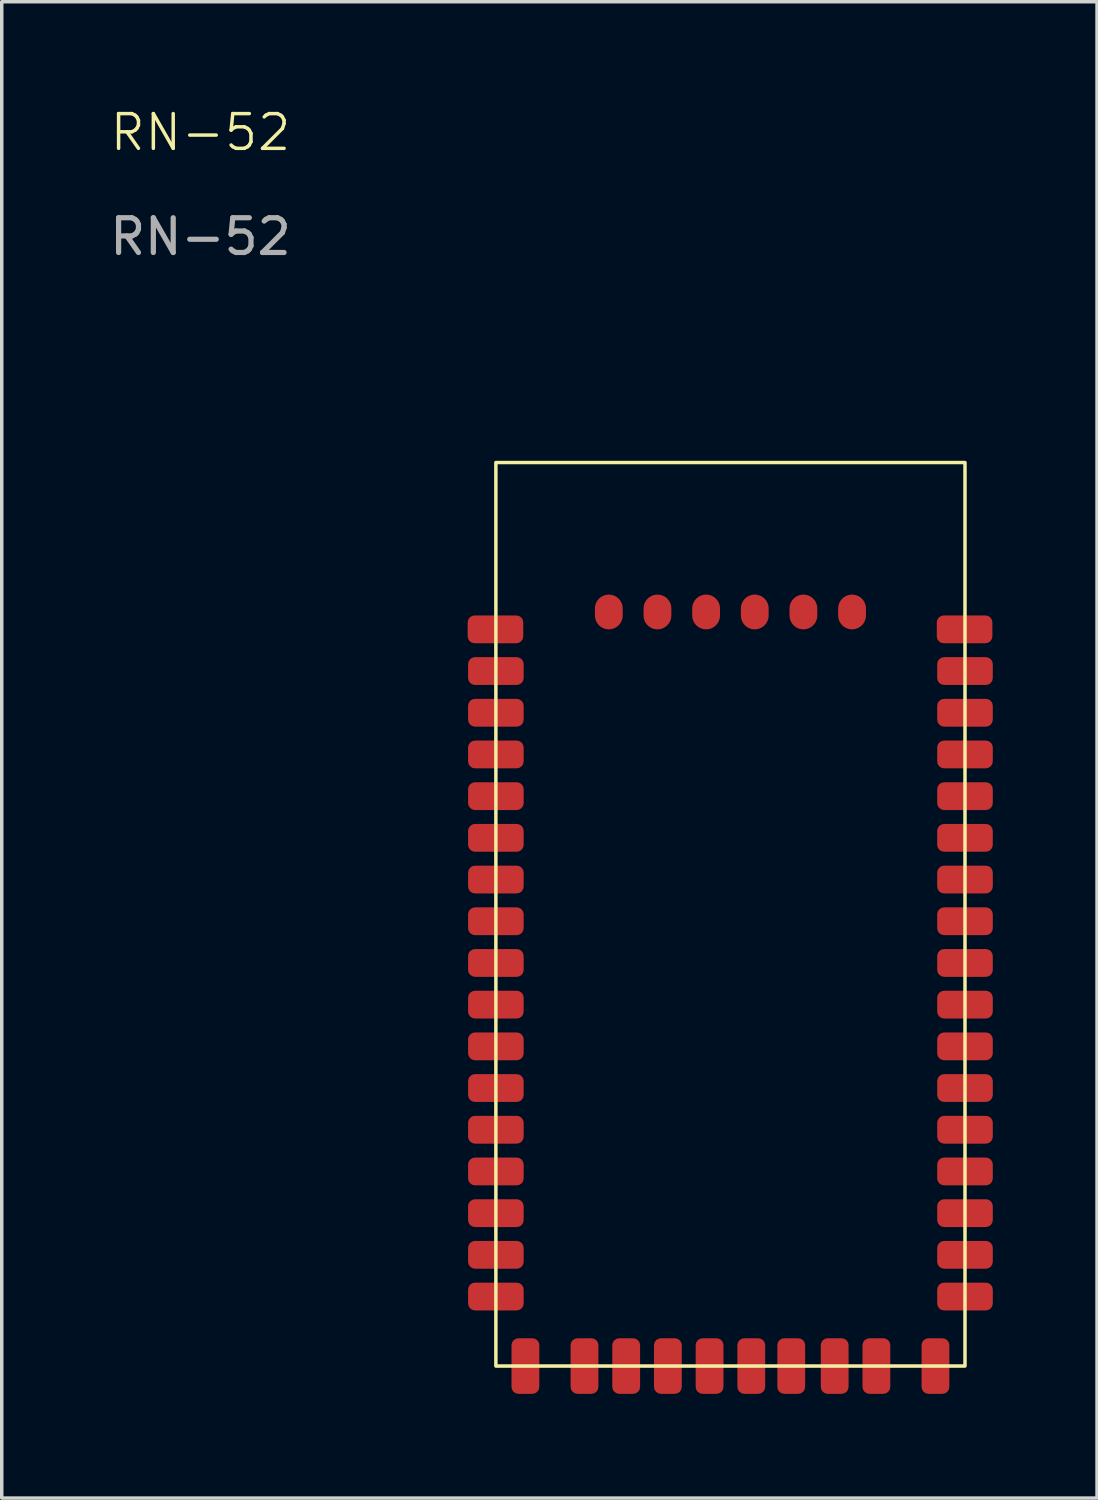
<source format=kicad_pcb>
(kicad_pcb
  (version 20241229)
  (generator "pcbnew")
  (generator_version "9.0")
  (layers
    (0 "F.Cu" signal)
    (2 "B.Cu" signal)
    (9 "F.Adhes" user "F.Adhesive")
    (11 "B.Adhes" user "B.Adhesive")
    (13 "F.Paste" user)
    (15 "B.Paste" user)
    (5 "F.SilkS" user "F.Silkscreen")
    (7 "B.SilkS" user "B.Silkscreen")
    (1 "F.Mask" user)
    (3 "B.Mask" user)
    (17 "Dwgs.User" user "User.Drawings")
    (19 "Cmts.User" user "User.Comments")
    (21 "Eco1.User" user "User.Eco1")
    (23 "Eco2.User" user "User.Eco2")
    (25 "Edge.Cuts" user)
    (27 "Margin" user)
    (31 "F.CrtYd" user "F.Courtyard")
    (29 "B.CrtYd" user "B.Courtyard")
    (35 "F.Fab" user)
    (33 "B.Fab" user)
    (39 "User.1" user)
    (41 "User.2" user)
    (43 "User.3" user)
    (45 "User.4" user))
  (footprint "RN-52"
    (layer "F.Cu")
    (at 11.22 10.261)
    (property "Reference" "RN-52" (at -8.5 -9.5 0) (unlocked yes) (layer "F.SilkS") (effects (font (size 1 1) (thickness 0.1))))
    (attr smd)
    (fp_rect (start 0 0) (end 13.5 26) (stroke (width 0.1) (type default)) (fill no) (layer "F.SilkS"))
    (fp_text user "${REFERENCE}" (at -8.5 -6.5 0) (unlocked yes) (layer "F.Fab") (effects (font (size 1 1) (thickness 0.15))))
    (pad "1" smd roundrect (at -0.012 4.8) (size 1.6 0.8) (layers "F.Cu" "F.Mask" "F.Paste") (roundrect_rratio 0.25))
    (pad "1" smd roundrect (at 0 6) (size 1.6 0.8) (layers "F.Cu" "F.Mask" "F.Paste") (roundrect_rratio 0.25))
    (pad "1" smd roundrect (at 0 7.2) (size 1.6 0.8) (layers "F.Cu" "F.Mask" "F.Paste") (roundrect_rratio 0.25))
    (pad "1" smd roundrect (at 0 8.4) (size 1.6 0.8) (layers "F.Cu" "F.Mask" "F.Paste") (roundrect_rratio 0.25))
    (pad "1" smd roundrect (at 0 9.6) (size 1.6 0.8) (layers "F.Cu" "F.Mask" "F.Paste") (roundrect_rratio 0.25))
    (pad "1" smd roundrect (at 0 10.8) (size 1.6 0.8) (layers "F.Cu" "F.Mask" "F.Paste") (roundrect_rratio 0.25))
    (pad "1" smd roundrect (at 0 12) (size 1.6 0.8) (layers "F.Cu" "F.Mask" "F.Paste") (roundrect_rratio 0.25))
    (pad "1" smd roundrect (at 0 13.2) (size 1.6 0.8) (layers "F.Cu" "F.Mask" "F.Paste") (roundrect_rratio 0.25))
    (pad "1" smd roundrect (at 0 14.4) (size 1.6 0.8) (layers "F.Cu" "F.Mask" "F.Paste") (roundrect_rratio 0.25))
    (pad "1" smd roundrect (at 0 15.6) (size 1.6 0.8) (layers "F.Cu" "F.Mask" "F.Paste") (roundrect_rratio 0.25))
    (pad "1" smd roundrect (at 0 16.8) (size 1.6 0.8) (layers "F.Cu" "F.Mask" "F.Paste") (roundrect_rratio 0.25))
    (pad "1" smd roundrect (at 0 18) (size 1.6 0.8) (layers "F.Cu" "F.Mask" "F.Paste") (roundrect_rratio 0.25))
    (pad "1" smd roundrect (at 0 19.2) (size 1.6 0.8) (layers "F.Cu" "F.Mask" "F.Paste") (roundrect_rratio 0.25))
    (pad "1" smd roundrect (at 0 20.4) (size 1.6 0.8) (layers "F.Cu" "F.Mask" "F.Paste") (roundrect_rratio 0.25))
    (pad "1" smd roundrect (at 0 21.6) (size 1.6 0.8) (layers "F.Cu" "F.Mask" "F.Paste") (roundrect_rratio 0.25))
    (pad "1" smd roundrect (at 0 22.8) (size 1.6 0.8) (layers "F.Cu" "F.Mask" "F.Paste") (roundrect_rratio 0.25))
    (pad "1" smd roundrect (at 0 24) (size 1.6 0.8) (layers "F.Cu" "F.Mask" "F.Paste") (roundrect_rratio 0.25))
    (pad "1" smd roundrect (at 0.85 26 90) (size 1.6 0.8) (layers "F.Cu" "F.Mask" "F.Paste") (roundrect_rratio 0.25))
    (pad "1" smd roundrect (at 2.55 26 90) (size 1.6 0.8) (layers "F.Cu" "F.Mask" "F.Paste") (roundrect_rratio 0.25))
    (pad "1" smd roundrect (at 3.75 26 90) (size 1.6 0.8) (layers "F.Cu" "F.Mask" "F.Paste") (roundrect_rratio 0.25))
    (pad "1" smd roundrect (at 4.95 26 90) (size 1.6 0.8) (layers "F.Cu" "F.Mask" "F.Paste") (roundrect_rratio 0.25))
    (pad "1" smd roundrect (at 6.15 26 90) (size 1.6 0.8) (layers "F.Cu" "F.Mask" "F.Paste") (roundrect_rratio 0.25))
    (pad "1" smd roundrect (at 7.35 26 90) (size 1.6 0.8) (layers "F.Cu" "F.Mask" "F.Paste") (roundrect_rratio 0.25))
    (pad "1" smd roundrect (at 8.5 26 90) (size 1.6 0.8) (layers "F.Cu" "F.Mask" "F.Paste") (roundrect_rratio 0.25))
    (pad "1" smd roundrect (at 9.75 26 90) (size 1.6 0.8) (layers "F.Cu" "F.Mask" "F.Paste") (roundrect_rratio 0.25))
    (pad "1" smd roundrect (at 10.95 26 90) (size 1.6 0.8) (layers "F.Cu" "F.Mask" "F.Paste") (roundrect_rratio 0.25))
    (pad "1" smd roundrect (at 12.65 26 90) (size 1.6 0.8) (layers "F.Cu" "F.Mask" "F.Paste") (roundrect_rratio 0.25))
    (pad "1" smd roundrect (at 13.488 4.8) (size 1.6 0.8) (layers "F.Cu" "F.Mask" "F.Paste") (roundrect_rratio 0.25))
    (pad "1" smd roundrect (at 13.5 6) (size 1.6 0.8) (layers "F.Cu" "F.Mask" "F.Paste") (roundrect_rratio 0.25))
    (pad "1" smd roundrect (at 13.5 7.2) (size 1.6 0.8) (layers "F.Cu" "F.Mask" "F.Paste") (roundrect_rratio 0.25))
    (pad "1" smd roundrect (at 13.5 8.4) (size 1.6 0.8) (layers "F.Cu" "F.Mask" "F.Paste") (roundrect_rratio 0.25))
    (pad "1" smd roundrect (at 13.5 9.6) (size 1.6 0.8) (layers "F.Cu" "F.Mask" "F.Paste") (roundrect_rratio 0.25))
    (pad "1" smd roundrect (at 13.5 10.8) (size 1.6 0.8) (layers "F.Cu" "F.Mask" "F.Paste") (roundrect_rratio 0.25))
    (pad "1" smd roundrect (at 13.5 12) (size 1.6 0.8) (layers "F.Cu" "F.Mask" "F.Paste") (roundrect_rratio 0.25))
    (pad "1" smd roundrect (at 13.5 13.2) (size 1.6 0.8) (layers "F.Cu" "F.Mask" "F.Paste") (roundrect_rratio 0.25))
    (pad "1" smd roundrect (at 13.5 14.4) (size 1.6 0.8) (layers "F.Cu" "F.Mask" "F.Paste") (roundrect_rratio 0.25))
    (pad "1" smd roundrect (at 13.5 15.6) (size 1.6 0.8) (layers "F.Cu" "F.Mask" "F.Paste") (roundrect_rratio 0.25))
    (pad "1" smd roundrect (at 13.5 16.8) (size 1.6 0.8) (layers "F.Cu" "F.Mask" "F.Paste") (roundrect_rratio 0.25))
    (pad "1" smd roundrect (at 13.5 18) (size 1.6 0.8) (layers "F.Cu" "F.Mask" "F.Paste") (roundrect_rratio 0.25))
    (pad "1" smd roundrect (at 13.5 19.2) (size 1.6 0.8) (layers "F.Cu" "F.Mask" "F.Paste") (roundrect_rratio 0.25))
    (pad "1" smd roundrect (at 13.5 20.4) (size 1.6 0.8) (layers "F.Cu" "F.Mask" "F.Paste") (roundrect_rratio 0.25))
    (pad "1" smd roundrect (at 13.5 21.6) (size 1.6 0.8) (layers "F.Cu" "F.Mask" "F.Paste") (roundrect_rratio 0.25))
    (pad "1" smd roundrect (at 13.5 22.8) (size 1.6 0.8) (layers "F.Cu" "F.Mask" "F.Paste") (roundrect_rratio 0.25))
    (pad "1" smd roundrect (at 13.5 24) (size 1.6 0.8) (layers "F.Cu" "F.Mask" "F.Paste") (roundrect_rratio 0.25))
    (pad "2" smd oval (at 3.25 4.3) (size 0.8 1) (layers "F.Cu" "F.Mask" "F.Paste"))
    (pad "2" smd oval (at 4.65 4.3) (size 0.8 1) (layers "F.Cu" "F.Mask" "F.Paste"))
    (pad "2" smd oval (at 6.05 4.3) (size 0.8 1) (layers "F.Cu" "F.Mask" "F.Paste"))
    (pad "2" smd oval (at 7.45 4.3) (size 0.8 1) (layers "F.Cu" "F.Mask" "F.Paste"))
    (pad "2" smd oval (at 8.85 4.3) (size 0.8 1) (layers "F.Cu" "F.Mask" "F.Paste"))
    (pad "2" smd oval (at 10.25 4.3) (size 0.8 1) (layers "F.Cu" "F.Mask" "F.Paste")))
  (gr_rect
    (start -3 -3)
    (end 28.52 40.06)
    (stroke (width 0.1) (type default))
    (fill no)
    (layer "Edge.Cuts")))
</source>
